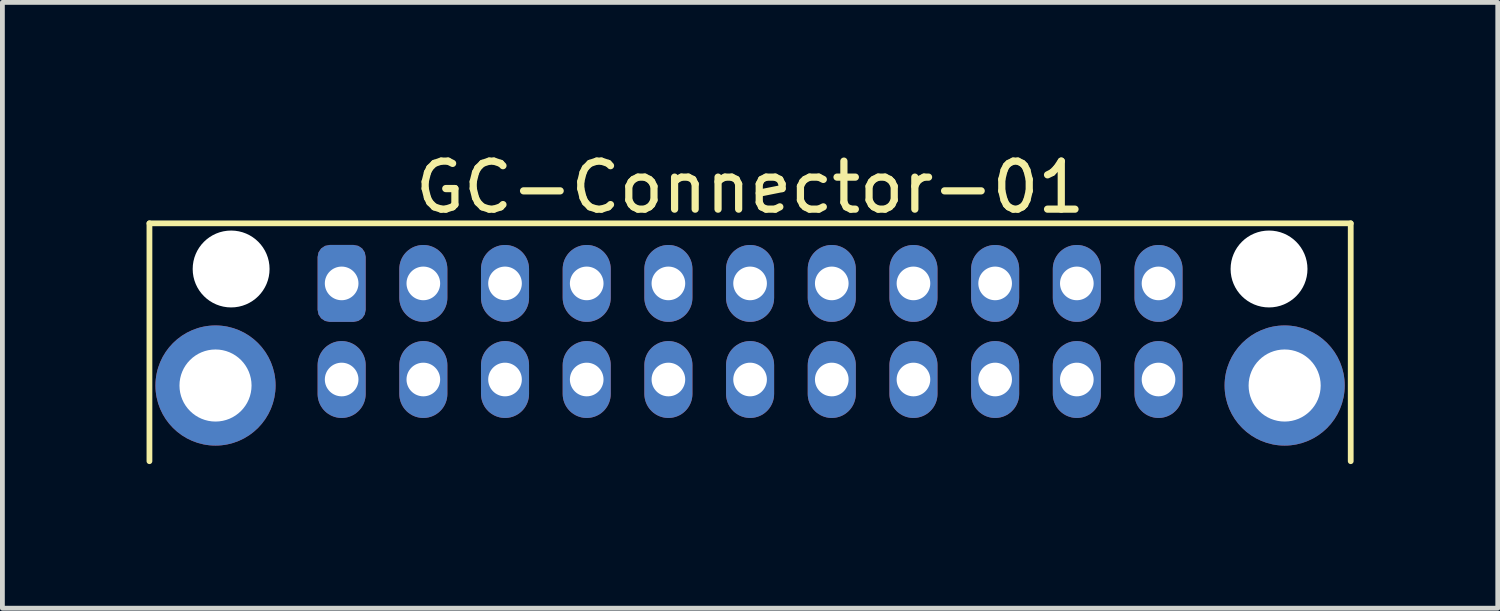
<source format=kicad_pcb>
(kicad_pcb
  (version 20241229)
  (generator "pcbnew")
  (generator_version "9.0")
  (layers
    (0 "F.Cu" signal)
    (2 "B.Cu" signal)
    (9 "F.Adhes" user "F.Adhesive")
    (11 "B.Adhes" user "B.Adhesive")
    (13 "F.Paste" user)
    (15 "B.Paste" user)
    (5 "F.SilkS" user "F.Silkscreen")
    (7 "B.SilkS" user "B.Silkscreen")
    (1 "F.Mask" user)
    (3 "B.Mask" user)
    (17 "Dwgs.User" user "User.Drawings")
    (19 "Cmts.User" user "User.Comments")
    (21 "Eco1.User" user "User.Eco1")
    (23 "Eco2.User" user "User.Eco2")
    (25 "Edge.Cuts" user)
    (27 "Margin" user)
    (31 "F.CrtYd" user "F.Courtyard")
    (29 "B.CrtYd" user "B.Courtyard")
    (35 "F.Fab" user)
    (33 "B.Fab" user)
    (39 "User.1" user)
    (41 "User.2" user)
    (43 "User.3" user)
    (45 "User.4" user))
  (footprint "GC-Connector-01"
    (layer "F.Cu")
    (at 4.06 2.848)
    (property "Reference" "GC-Connector-01" (at 8.5 -2 0) (layer "F.SilkS") (effects (font (size 1 1) (thickness 0.15))))
    (attr through_hole)
    (fp_line (start -4 -1.25) (end 21 -1.25) (stroke (width 0.12) (type solid)) (layer "F.SilkS"))
    (fp_line (start -4 3.7) (end -4 -1.25) (stroke (width 0.12) (type solid)) (layer "F.SilkS"))
    (fp_line (start 21 -1.25) (end 21 3.7) (stroke (width 0.12) (type solid)) (layer "F.SilkS"))
    (pad "" thru_hole circle (at -2.625 2.125) (size 2.5 2.5) (drill 1.5) (layers "*.Cu" "*.Mask"))
    (pad "" np_thru_hole circle (at -2.3 -0.3) (size 1.6 1.6) (drill 1.6) (layers "*.Cu" "*.Mask"))
    (pad "" np_thru_hole circle (at 19.3 -0.3) (size 1.6 1.6) (drill 1.6) (layers "*.Cu" "*.Mask"))
    (pad "" thru_hole circle (at 19.625 2.125) (size 2.5 2.5) (drill 1.5) (layers "*.Cu" "*.Mask"))
    (pad "1" thru_hole roundrect (at 0 0) (size 1 1.6) (drill 0.7) (layers "*.Cu" "*.Mask") (roundrect_rratio 0.25))
    (pad "2" thru_hole oval (at 0 2) (size 1 1.6) (drill 0.7) (layers "*.Cu" "*.Mask"))
    (pad "3" thru_hole oval (at 1.7 0) (size 1 1.6) (drill 0.7) (layers "*.Cu" "*.Mask"))
    (pad "4" thru_hole oval (at 1.7 2) (size 1 1.6) (drill 0.7) (layers "*.Cu" "*.Mask"))
    (pad "5" thru_hole oval (at 3.4 0) (size 1 1.6) (drill 0.7) (layers "*.Cu" "*.Mask"))
    (pad "6" thru_hole oval (at 3.4 2) (size 1 1.6) (drill 0.7) (layers "*.Cu" "*.Mask"))
    (pad "7" thru_hole oval (at 5.1 0) (size 1 1.6) (drill 0.7) (layers "*.Cu" "*.Mask"))
    (pad "8" thru_hole oval (at 5.1 2) (size 1 1.6) (drill 0.7) (layers "*.Cu" "*.Mask"))
    (pad "9" thru_hole oval (at 6.8 0) (size 1 1.6) (drill 0.7) (layers "*.Cu" "*.Mask"))
    (pad "10" thru_hole oval (at 6.8 2) (size 1 1.6) (drill 0.7) (layers "*.Cu" "*.Mask"))
    (pad "11" thru_hole oval (at 8.5 0) (size 1 1.6) (drill 0.7) (layers "*.Cu" "*.Mask"))
    (pad "12" thru_hole oval (at 8.5 2) (size 1 1.6) (drill 0.7) (layers "*.Cu" "*.Mask"))
    (pad "13" thru_hole oval (at 10.2 0) (size 1 1.6) (drill 0.7) (layers "*.Cu" "*.Mask"))
    (pad "14" thru_hole oval (at 10.2 2) (size 1 1.6) (drill 0.7) (layers "*.Cu" "*.Mask"))
    (pad "15" thru_hole oval (at 11.9 0) (size 1 1.6) (drill 0.7) (layers "*.Cu" "*.Mask"))
    (pad "16" thru_hole oval (at 11.9 2) (size 1 1.6) (drill 0.7) (layers "*.Cu" "*.Mask"))
    (pad "17" thru_hole oval (at 13.6 0) (size 1 1.6) (drill 0.7) (layers "*.Cu" "*.Mask"))
    (pad "18" thru_hole oval (at 13.6 2) (size 1 1.6) (drill 0.7) (layers "*.Cu" "*.Mask"))
    (pad "19" thru_hole oval (at 15.3 0) (size 1 1.6) (drill 0.7) (layers "*.Cu" "*.Mask"))
    (pad "20" thru_hole oval (at 15.3 2) (size 1 1.6) (drill 0.7) (layers "*.Cu" "*.Mask"))
    (pad "21" thru_hole oval (at 17 0) (size 1 1.6) (drill 0.7) (layers "*.Cu" "*.Mask"))
    (pad "22" thru_hole oval (at 17 2) (size 1 1.6) (drill 0.7) (layers "*.Cu" "*.Mask")))
  (gr_rect
    (start -3 -3)
    (end 28.12 9.608)
    (stroke (width 0.1) (type default))
    (fill no)
    (layer "Edge.Cuts")))
</source>
